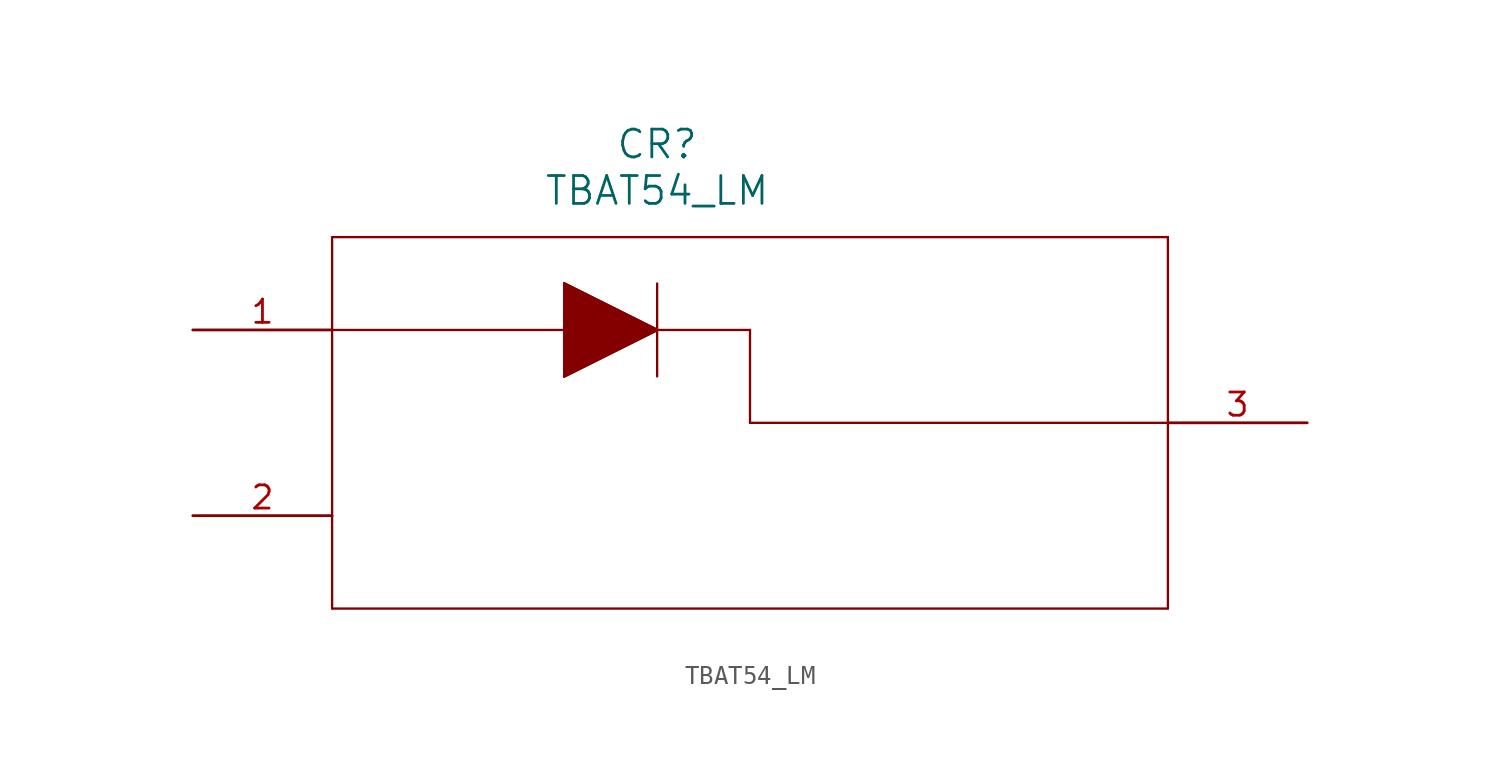
<source format=kicad_sym>
(kicad_symbol_lib
  (version 20211014)
  (generator kicad_symbol_editor)
  (symbol "TBAT54_LM"
    (pin_names
      (offset 0.254))
    (property "Reference" "CR"
      (at 25.4 10.16 0)
      (effects (font (size 1.524 1.524))))
    (property "Value" "TBAT54_LM"
      (at 25.4 7.62 0)
      (effects (font (size 1.524 1.524))))
    (symbol "TBAT54_LM_0_1"
      (polyline (pts (xy 7.62 5.08) (xy 7.62 -15.24)) (stroke (width 0.127) (type default) (color 0 0 0 0)) (fill (type none)))
      (polyline (pts (xy 7.62 -15.24) (xy 53.34 -15.24)) (stroke (width 0.127) (type default) (color 0 0 0 0)) (fill (type none)))
      (polyline (pts (xy 53.34 -15.24) (xy 53.34 5.08)) (stroke (width 0.127) (type default) (color 0 0 0 0)) (fill (type none)))
      (polyline (pts (xy 53.34 5.08) (xy 7.62 5.08)) (stroke (width 0.127) (type default) (color 0 0 0 0)) (fill (type none)))
      (polyline (pts (xy 7.62 0) (xy 20.32 0)) (stroke (width 0.127) (type default) (color 0 0 0 0)) (fill (type none)))
      (polyline (pts (xy 30.48 0) (xy 30.48 -5.08)) (stroke (width 0.127) (type default) (color 0 0 0 0)) (fill (type none)))
      (polyline (pts (xy 30.48 -5.08) (xy 53.34 -5.08)) (stroke (width 0.127) (type default) (color 0 0 0 0)) (fill (type none)))
      (polyline (pts (xy 25.4 2.54) (xy 25.4 -2.54)) (stroke (width 0.127) (type default) (color 0 0 0 0)) (fill (type none)))
      (polyline (pts (xy 20.32 2.54) (xy 20.32 -2.54)) (stroke (width 0.127) (type default) (color 0 0 0 0)) (fill (type none)))
      (polyline (pts (xy 20.32 -2.54) (xy 25.4 0)) (stroke (width 0.127) (type default) (color 0 0 0 0)) (fill (type none)))
      (polyline (pts (xy 25.4 0) (xy 20.32 2.54)) (stroke (width 0.127) (type default) (color 0 0 0 0)) (fill (type none)))
      (polyline (pts (xy 20.32 2.54) (xy 25.4 0) (xy 20.32 -2.54)) (stroke (width 0) (type default) (color 0 0 0 0)) (fill (type outline)))
      (polyline (pts (xy 25.4 0) (xy 30.48 0)) (stroke (width 0.127) (type default) (color 0 0 0 0)) (fill (type none)))
      (polyline (pts (xy 20.32 2.54) (xy 20.32 -2.54)) (stroke (width 0.127) (type default) (color 0 0 0 0)) (fill (type none)))
      (polyline (pts (xy 20.32 -2.54) (xy 25.4 0)) (stroke (width 0.127) (type default) (color 0 0 0 0)) (fill (type none)))
      (polyline (pts (xy 25.4 0) (xy 20.32 2.54)) (stroke (width 0.127) (type default) (color 0 0 0 0)) (fill (type none)))
      (pin unspecified line (at 0 0 0) (length 7.62) (name "" (effects (font (size 1.27 1.27)))) (number "1" (effects (font (size 1.27 1.27)))))
      (pin unspecified line (at 0 -10.16 0) (length 7.62) (name "" (effects (font (size 1.27 1.27)))) (number "2" (effects (font (size 1.27 1.27)))))
      (pin unspecified line (at 60.96 -5.08 180) (length 7.62) (name "" (effects (font (size 1.27 1.27)))) (number "3" (effects (font (size 1.27 1.27))))))))
</source>
